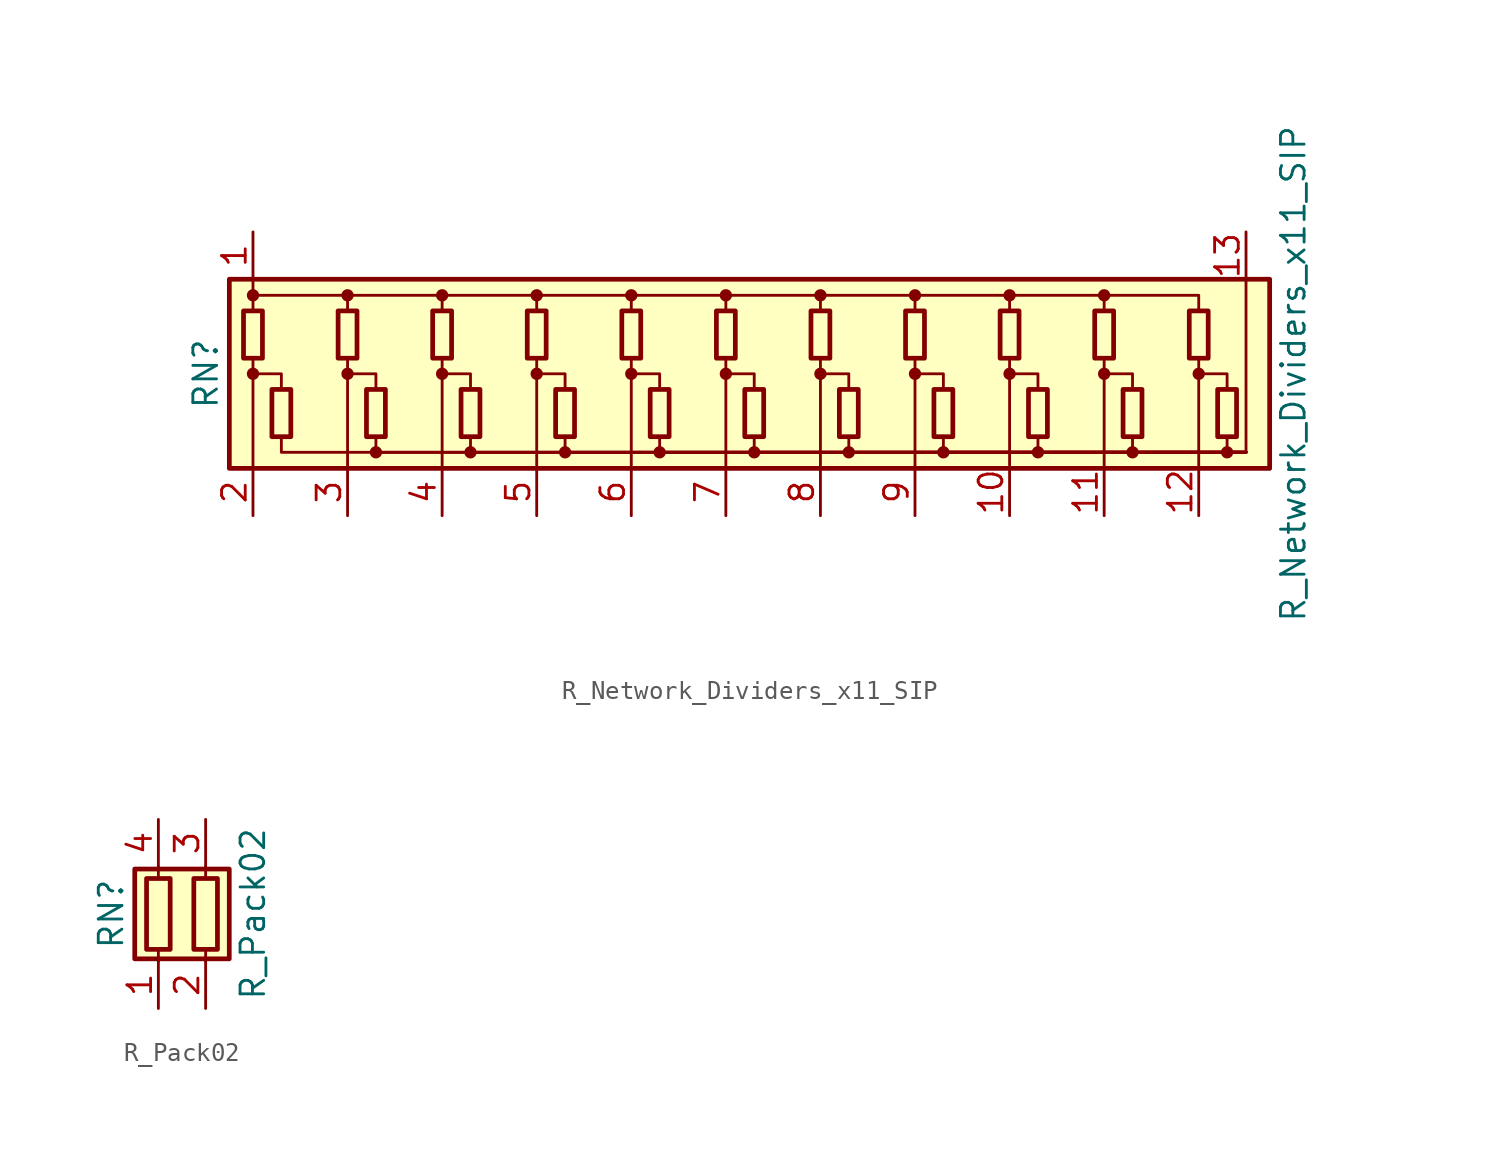
<source format=kicad_sym>
(kicad_symbol_lib
  (version 20241209)
  (generator "kicad_symbol_editor")
  (generator_version "9.0")
  (symbol "R_Network_Dividers_x11_SIP"
    (pin_names
      (offset 0)
      (hide yes))
    (property "Reference" "RN"
      (at -27.94 0 90)
      (effects (font (size 1.27 1.27))))
    (property "Value" "R_Network_Dividers_x11_SIP"
      (at 30.48 0 90)
      (effects (font (size 1.27 1.27))))
    (symbol "R_Network_Dividers_x11_SIP_0_1"
      (rectangle (start -26.67 -5.08) (end 29.21 5.08) (stroke (width 0.254) (type default)) (fill (type background)))
      (rectangle (start -25.908 3.378) (end -24.892 0.838) (stroke (width 0.254) (type default)) (fill (type none)))
      (polyline (pts (xy -25.4 5.08) (xy -25.4 3.378)) (stroke (width 0) (type default)) (fill (type none)))
      (circle (center -25.4 4.216) (radius 0.254) (stroke (width 0) (type default)) (fill (type outline)))
      (polyline (pts (xy -25.4 4.216) (xy -20.32 4.216) (xy -20.32 3.378)) (stroke (width 0) (type default)) (fill (type none)))
      (circle (center -25.4 0) (radius 0.254) (stroke (width 0) (type default)) (fill (type outline)))
      (polyline (pts (xy -25.4 0) (xy -23.876 0) (xy -23.876 -0.838)) (stroke (width 0) (type default)) (fill (type none)))
      (polyline (pts (xy -25.4 -5.08) (xy -25.4 0.838)) (stroke (width 0) (type default)) (fill (type none)))
      (rectangle (start -24.384 -3.378) (end -23.368 -0.838) (stroke (width 0.254) (type default)) (fill (type none)))
      (polyline (pts (xy -23.876 -3.378) (xy -23.876 -4.216) (xy 27.94 -4.216)) (stroke (width 0) (type default)) (fill (type none)))
      (rectangle (start -20.828 3.378) (end -19.812 0.838) (stroke (width 0.254) (type default)) (fill (type none)))
      (circle (center -20.32 4.216) (radius 0.254) (stroke (width 0) (type default)) (fill (type outline)))
      (polyline (pts (xy -20.32 4.216) (xy -15.24 4.216) (xy -15.24 3.378)) (stroke (width 0) (type default)) (fill (type none)))
      (circle (center -20.32 0) (radius 0.254) (stroke (width 0) (type default)) (fill (type outline)))
      (polyline (pts (xy -20.32 0) (xy -18.796 0) (xy -18.796 -0.838)) (stroke (width 0) (type default)) (fill (type none)))
      (polyline (pts (xy -20.32 -5.08) (xy -20.32 0.838)) (stroke (width 0) (type default)) (fill (type none)))
      (rectangle (start -19.304 -3.378) (end -18.288 -0.838) (stroke (width 0.254) (type default)) (fill (type none)))
      (polyline (pts (xy -18.796 -3.378) (xy -18.796 -4.216) (xy 27.94 -4.216)) (stroke (width 0) (type default)) (fill (type none)))
      (circle (center -18.796 -4.216) (radius 0.254) (stroke (width 0) (type default)) (fill (type outline)))
      (rectangle (start -15.748 3.378) (end -14.732 0.838) (stroke (width 0.254) (type default)) (fill (type none)))
      (circle (center -15.24 4.216) (radius 0.254) (stroke (width 0) (type default)) (fill (type outline)))
      (polyline (pts (xy -15.24 4.216) (xy -10.16 4.216) (xy -10.16 3.378)) (stroke (width 0) (type default)) (fill (type none)))
      (circle (center -15.24 0) (radius 0.254) (stroke (width 0) (type default)) (fill (type outline)))
      (polyline (pts (xy -15.24 0) (xy -13.716 0) (xy -13.716 -0.838)) (stroke (width 0) (type default)) (fill (type none)))
      (polyline (pts (xy -15.24 -5.08) (xy -15.24 0.838)) (stroke (width 0) (type default)) (fill (type none)))
      (rectangle (start -14.224 -3.378) (end -13.208 -0.838) (stroke (width 0.254) (type default)) (fill (type none)))
      (polyline (pts (xy -13.716 -3.378) (xy -13.716 -4.216) (xy 27.94 -4.216)) (stroke (width 0) (type default)) (fill (type none)))
      (circle (center -13.716 -4.216) (radius 0.254) (stroke (width 0) (type default)) (fill (type outline)))
      (rectangle (start -10.668 3.378) (end -9.652 0.838) (stroke (width 0.254) (type default)) (fill (type none)))
      (circle (center -10.16 4.216) (radius 0.254) (stroke (width 0) (type default)) (fill (type outline)))
      (polyline (pts (xy -10.16 4.216) (xy -5.08 4.216) (xy -5.08 3.378)) (stroke (width 0) (type default)) (fill (type none)))
      (circle (center -10.16 0) (radius 0.254) (stroke (width 0) (type default)) (fill (type outline)))
      (polyline (pts (xy -10.16 0) (xy -8.636 0) (xy -8.636 -0.838)) (stroke (width 0) (type default)) (fill (type none)))
      (polyline (pts (xy -10.16 -5.08) (xy -10.16 0.838)) (stroke (width 0) (type default)) (fill (type none)))
      (rectangle (start -9.144 -3.378) (end -8.128 -0.838) (stroke (width 0.254) (type default)) (fill (type none)))
      (polyline (pts (xy -8.636 -3.378) (xy -8.636 -4.216) (xy 27.94 -4.216)) (stroke (width 0) (type default)) (fill (type none)))
      (circle (center -8.636 -4.216) (radius 0.254) (stroke (width 0) (type default)) (fill (type outline)))
      (rectangle (start -5.588 3.378) (end -4.572 0.838) (stroke (width 0.254) (type default)) (fill (type none)))
      (circle (center -5.08 4.216) (radius 0.254) (stroke (width 0) (type default)) (fill (type outline)))
      (polyline (pts (xy -5.08 4.216) (xy 0 4.216) (xy 0 3.378)) (stroke (width 0) (type default)) (fill (type none)))
      (circle (center -5.08 0) (radius 0.254) (stroke (width 0) (type default)) (fill (type outline)))
      (polyline (pts (xy -5.08 0) (xy -3.556 0) (xy -3.556 -0.838)) (stroke (width 0) (type default)) (fill (type none)))
      (polyline (pts (xy -5.08 -5.08) (xy -5.08 0.838)) (stroke (width 0) (type default)) (fill (type none)))
      (rectangle (start -4.064 -3.378) (end -3.048 -0.838) (stroke (width 0.254) (type default)) (fill (type none)))
      (polyline (pts (xy -3.556 -3.378) (xy -3.556 -4.216) (xy 27.94 -4.216)) (stroke (width 0) (type default)) (fill (type none)))
      (circle (center -3.556 -4.216) (radius 0.254) (stroke (width 0) (type default)) (fill (type outline)))
      (rectangle (start -0.508 3.378) (end 0.508 0.838) (stroke (width 0.254) (type default)) (fill (type none)))
      (circle (center 0 4.216) (radius 0.254) (stroke (width 0) (type default)) (fill (type outline)))
      (polyline (pts (xy 0 4.216) (xy 5.08 4.216) (xy 5.08 3.378)) (stroke (width 0) (type default)) (fill (type none)))
      (polyline (pts (xy 0 0) (xy 1.524 0) (xy 1.524 -0.838)) (stroke (width 0) (type default)) (fill (type none)))
      (circle (center 0 0) (radius 0.254) (stroke (width 0) (type default)) (fill (type outline)))
      (polyline (pts (xy 0 -5.08) (xy 0 0.838)) (stroke (width 0) (type default)) (fill (type none)))
      (rectangle (start 1.016 -3.378) (end 2.032 -0.838) (stroke (width 0.254) (type default)) (fill (type none)))
      (polyline (pts (xy 1.524 -3.378) (xy 1.524 -4.216) (xy 27.94 -4.216)) (stroke (width 0) (type default)) (fill (type none)))
      (circle (center 1.524 -4.216) (radius 0.254) (stroke (width 0) (type default)) (fill (type outline)))
      (rectangle (start 4.572 3.378) (end 5.588 0.838) (stroke (width 0.254) (type default)) (fill (type none)))
      (polyline (pts (xy 5.08 4.216) (xy 10.16 4.216) (xy 10.16 3.378)) (stroke (width 0) (type default)) (fill (type none)))
      (circle (center 5.08 4.216) (radius 0.254) (stroke (width 0) (type default)) (fill (type outline)))
      (polyline (pts (xy 5.08 0) (xy 6.604 0) (xy 6.604 -0.838)) (stroke (width 0) (type default)) (fill (type none)))
      (circle (center 5.08 0) (radius 0.254) (stroke (width 0) (type default)) (fill (type outline)))
      (polyline (pts (xy 5.08 -5.08) (xy 5.08 0.838)) (stroke (width 0) (type default)) (fill (type none)))
      (rectangle (start 6.096 -3.378) (end 7.112 -0.838) (stroke (width 0.254) (type default)) (fill (type none)))
      (polyline (pts (xy 6.604 -3.378) (xy 6.604 -4.216) (xy 27.94 -4.216)) (stroke (width 0) (type default)) (fill (type none)))
      (circle (center 6.604 -4.216) (radius 0.254) (stroke (width 0) (type default)) (fill (type outline)))
      (rectangle (start 9.652 3.378) (end 10.668 0.838) (stroke (width 0.254) (type default)) (fill (type none)))
      (polyline (pts (xy 10.16 4.216) (xy 15.24 4.216) (xy 15.24 3.378)) (stroke (width 0) (type default)) (fill (type none)))
      (circle (center 10.16 4.216) (radius 0.254) (stroke (width 0) (type default)) (fill (type outline)))
      (polyline (pts (xy 10.16 0) (xy 11.684 0) (xy 11.684 -0.838)) (stroke (width 0) (type default)) (fill (type none)))
      (circle (center 10.16 0) (radius 0.254) (stroke (width 0) (type default)) (fill (type outline)))
      (polyline (pts (xy 10.16 -5.08) (xy 10.16 0.838)) (stroke (width 0) (type default)) (fill (type none)))
      (rectangle (start 11.176 -3.378) (end 12.192 -0.838) (stroke (width 0.254) (type default)) (fill (type none)))
      (polyline (pts (xy 11.684 -3.378) (xy 11.684 -4.216) (xy 27.94 -4.216)) (stroke (width 0) (type default)) (fill (type none)))
      (circle (center 11.684 -4.216) (radius 0.254) (stroke (width 0) (type default)) (fill (type outline)))
      (rectangle (start 14.732 3.378) (end 15.748 0.838) (stroke (width 0.254) (type default)) (fill (type none)))
      (polyline (pts (xy 15.24 4.216) (xy 20.32 4.216) (xy 20.32 3.378)) (stroke (width 0) (type default)) (fill (type none)))
      (circle (center 15.24 4.216) (radius 0.254) (stroke (width 0) (type default)) (fill (type outline)))
      (polyline (pts (xy 15.24 0) (xy 16.764 0) (xy 16.764 -0.838)) (stroke (width 0) (type default)) (fill (type none)))
      (circle (center 15.24 0) (radius 0.254) (stroke (width 0) (type default)) (fill (type outline)))
      (polyline (pts (xy 15.24 -5.08) (xy 15.24 0.838)) (stroke (width 0) (type default)) (fill (type none)))
      (rectangle (start 16.256 -3.378) (end 17.272 -0.838) (stroke (width 0.254) (type default)) (fill (type none)))
      (polyline (pts (xy 16.764 -3.378) (xy 16.764 -4.216) (xy 27.94 -4.216)) (stroke (width 0) (type default)) (fill (type none)))
      (circle (center 16.764 -4.216) (radius 0.254) (stroke (width 0) (type default)) (fill (type outline)))
      (rectangle (start 19.812 3.378) (end 20.828 0.838) (stroke (width 0.254) (type default)) (fill (type none)))
      (polyline (pts (xy 20.32 4.216) (xy 25.4 4.216) (xy 25.4 3.378)) (stroke (width 0) (type default)) (fill (type none)))
      (circle (center 20.32 4.216) (radius 0.254) (stroke (width 0) (type default)) (fill (type outline)))
      (polyline (pts (xy 20.32 0) (xy 21.844 0) (xy 21.844 -0.838)) (stroke (width 0) (type default)) (fill (type none)))
      (circle (center 20.32 0) (radius 0.254) (stroke (width 0) (type default)) (fill (type outline)))
      (polyline (pts (xy 20.32 -5.08) (xy 20.32 0.838)) (stroke (width 0) (type default)) (fill (type none)))
      (rectangle (start 21.336 -3.378) (end 22.352 -0.838) (stroke (width 0.254) (type default)) (fill (type none)))
      (polyline (pts (xy 21.844 -3.378) (xy 21.844 -4.216) (xy 27.94 -4.216)) (stroke (width 0) (type default)) (fill (type none)))
      (circle (center 21.844 -4.216) (radius 0.254) (stroke (width 0) (type default)) (fill (type outline)))
      (rectangle (start 24.892 3.378) (end 25.908 0.838) (stroke (width 0.254) (type default)) (fill (type none)))
      (polyline (pts (xy 25.4 0) (xy 26.924 0) (xy 26.924 -0.838)) (stroke (width 0) (type default)) (fill (type none)))
      (circle (center 25.4 0) (radius 0.254) (stroke (width 0) (type default)) (fill (type outline)))
      (polyline (pts (xy 25.4 -5.08) (xy 25.4 0.838)) (stroke (width 0) (type default)) (fill (type none)))
      (rectangle (start 26.416 -3.378) (end 27.432 -0.838) (stroke (width 0.254) (type default)) (fill (type none)))
      (polyline (pts (xy 26.924 -3.378) (xy 26.924 -4.216) (xy 27.94 -4.216)) (stroke (width 0) (type default)) (fill (type none)))
      (circle (center 26.924 -4.216) (radius 0.254) (stroke (width 0) (type default)) (fill (type outline)))
      (polyline (pts (xy 27.94 -4.216) (xy 27.94 5.08)) (stroke (width 0) (type default)) (fill (type none))))
    (symbol "R_Network_Dividers_x11_SIP_1_1"
      (pin passive line (at -25.4 7.62 270) (length 2.54) (name "COM1" (effects (font (size 1.27 1.27)))) (number "1" (effects (font (size 1.27 1.27)))))
      (pin passive line (at -25.4 -7.62 90) (length 2.54) (name "R1" (effects (font (size 1.27 1.27)))) (number "2" (effects (font (size 1.27 1.27)))))
      (pin passive line (at -20.32 -7.62 90) (length 2.54) (name "R2" (effects (font (size 1.27 1.27)))) (number "3" (effects (font (size 1.27 1.27)))))
      (pin passive line (at -15.24 -7.62 90) (length 2.54) (name "R3" (effects (font (size 1.27 1.27)))) (number "4" (effects (font (size 1.27 1.27)))))
      (pin passive line (at -10.16 -7.62 90) (length 2.54) (name "R4" (effects (font (size 1.27 1.27)))) (number "5" (effects (font (size 1.27 1.27)))))
      (pin passive line (at -5.08 -7.62 90) (length 2.54) (name "R5" (effects (font (size 1.27 1.27)))) (number "6" (effects (font (size 1.27 1.27)))))
      (pin passive line (at 0 -7.62 90) (length 2.54) (name "R6" (effects (font (size 1.27 1.27)))) (number "7" (effects (font (size 1.27 1.27)))))
      (pin passive line (at 5.08 -7.62 90) (length 2.54) (name "R7" (effects (font (size 1.27 1.27)))) (number "8" (effects (font (size 1.27 1.27)))))
      (pin passive line (at 10.16 -7.62 90) (length 2.54) (name "R8" (effects (font (size 1.27 1.27)))) (number "9" (effects (font (size 1.27 1.27)))))
      (pin passive line (at 15.24 -7.62 90) (length 2.54) (name "R9" (effects (font (size 1.27 1.27)))) (number "10" (effects (font (size 1.27 1.27)))))
      (pin passive line (at 20.32 -7.62 90) (length 2.54) (name "R10" (effects (font (size 1.27 1.27)))) (number "11" (effects (font (size 1.27 1.27)))))
      (pin passive line (at 25.4 -7.62 90) (length 2.54) (name "R11" (effects (font (size 1.27 1.27)))) (number "12" (effects (font (size 1.27 1.27)))))
      (pin passive line (at 27.94 7.62 270) (length 2.54) (name "COM2" (effects (font (size 1.27 1.27)))) (number "13" (effects (font (size 1.27 1.27)))))))
  (symbol "R_Pack02"
    (pin_names
      (offset 0)
      (hide yes))
    (property "Reference" "RN"
      (at -5.08 0 90)
      (effects (font (size 1.27 1.27))))
    (property "Value" "R_Pack02"
      (at 2.54 0 90)
      (effects (font (size 1.27 1.27))))
    (symbol "R_Pack02_0_1"
      (rectangle (start -3.81 -2.413) (end 1.27 2.413) (stroke (width 0.254) (type default)) (fill (type background)))
      (rectangle (start -3.175 1.905) (end -1.905 -1.905) (stroke (width 0.254) (type default)) (fill (type none)))
      (polyline (pts (xy -2.54 1.905) (xy -2.54 2.54)) (stroke (width 0) (type default)) (fill (type none)))
      (polyline (pts (xy -2.54 -2.54) (xy -2.54 -1.905)) (stroke (width 0) (type default)) (fill (type none)))
      (rectangle (start -0.635 1.905) (end 0.635 -1.905) (stroke (width 0.254) (type default)) (fill (type none)))
      (polyline (pts (xy 0 1.905) (xy 0 2.54)) (stroke (width 0) (type default)) (fill (type none)))
      (polyline (pts (xy 0 -2.54) (xy 0 -1.905)) (stroke (width 0) (type default)) (fill (type none))))
    (symbol "R_Pack02_1_1"
      (pin passive line (at -2.54 5.08 270) (length 2.54) (name "R1.2" (effects (font (size 1.27 1.27)))) (number "4" (effects (font (size 1.27 1.27)))))
      (pin passive line (at -2.54 -5.08 90) (length 2.54) (name "R1.1" (effects (font (size 1.27 1.27)))) (number "1" (effects (font (size 1.27 1.27)))))
      (pin passive line (at 0 5.08 270) (length 2.54) (name "R2.2" (effects (font (size 1.27 1.27)))) (number "3" (effects (font (size 1.27 1.27)))))
      (pin passive line (at 0 -5.08 90) (length 2.54) (name "R2.1" (effects (font (size 1.27 1.27)))) (number "2" (effects (font (size 1.27 1.27))))))))
</source>
